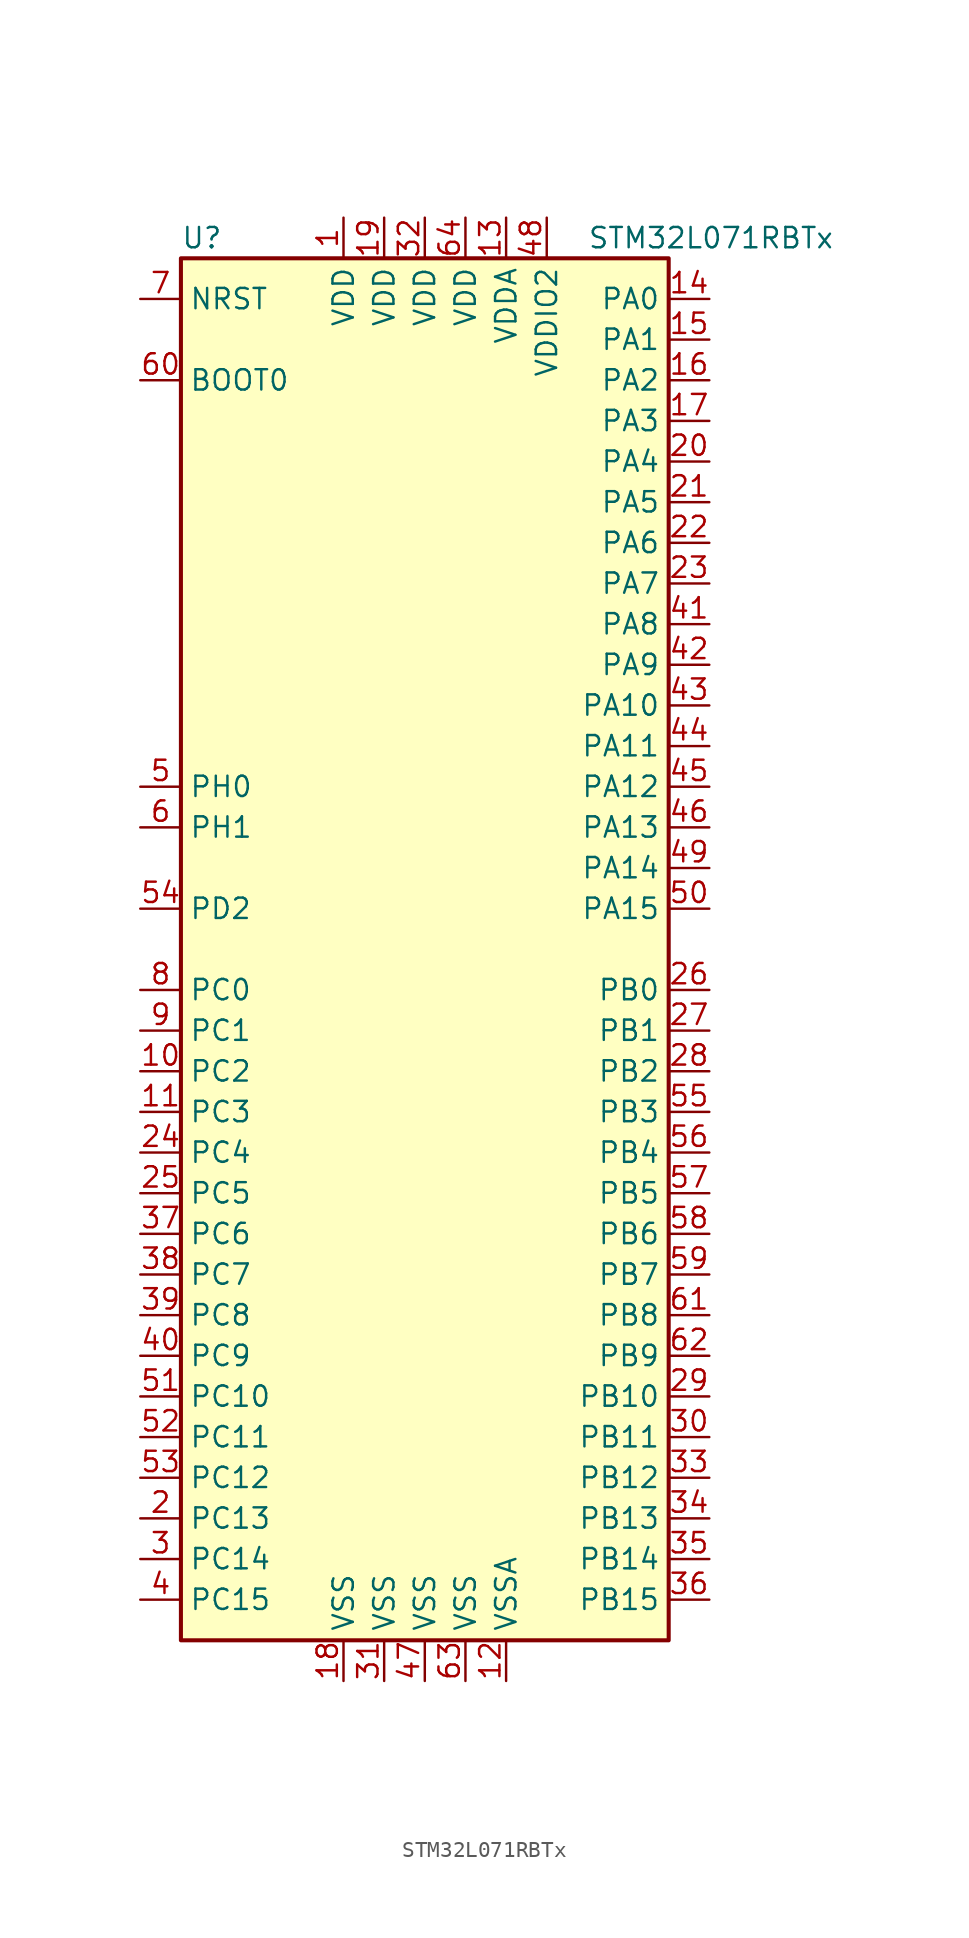
<source format=kicad_sym>
(kicad_symbol_lib
  (version 20201005)
  (generator kicad_symbol_editor)
  (symbol "STM32L071RBTx"
    (property "Reference" "U"
      (at -15.24 44.45 0)
      (effects (font (size 1.27 1.27)) (justify left)))
    (property "Value" "STM32L071RBTx"
      (at 10.16 44.45 0)
      (effects (font (size 1.27 1.27)) (justify left)))
    (symbol "STM32L071RBTx_0_1"
      (rectangle (start -15.24 -43.18) (end 15.24 43.18) (stroke (width 0.254)) (fill (type background))))
    (symbol "STM32L071RBTx_1_1"
      (pin power_in line (at -5.08 45.72 270) (length 2.54) (name "VDD" (effects (font (size 1.27 1.27)))) (number "1" (effects (font (size 1.27 1.27)))))
      (pin bidirectional line (at -17.78 -7.62 0) (length 2.54) (name "PC2" (effects (font (size 1.27 1.27)))) (number "10" (effects (font (size 1.27 1.27)))))
      (pin bidirectional line (at -17.78 -10.16 0) (length 2.54) (name "PC3" (effects (font (size 1.27 1.27)))) (number "11" (effects (font (size 1.27 1.27)))))
      (pin power_in line (at 5.08 -45.72 90) (length 2.54) (name "VSSA" (effects (font (size 1.27 1.27)))) (number "12" (effects (font (size 1.27 1.27)))))
      (pin power_in line (at 5.08 45.72 270) (length 2.54) (name "VDDA" (effects (font (size 1.27 1.27)))) (number "13" (effects (font (size 1.27 1.27)))))
      (pin bidirectional line (at 17.78 40.64 180) (length 2.54) (name "PA0" (effects (font (size 1.27 1.27)))) (number "14" (effects (font (size 1.27 1.27)))))
      (pin bidirectional line (at 17.78 38.1 180) (length 2.54) (name "PA1" (effects (font (size 1.27 1.27)))) (number "15" (effects (font (size 1.27 1.27)))))
      (pin bidirectional line (at 17.78 35.56 180) (length 2.54) (name "PA2" (effects (font (size 1.27 1.27)))) (number "16" (effects (font (size 1.27 1.27)))))
      (pin bidirectional line (at 17.78 33.02 180) (length 2.54) (name "PA3" (effects (font (size 1.27 1.27)))) (number "17" (effects (font (size 1.27 1.27)))))
      (pin power_in line (at -5.08 -45.72 90) (length 2.54) (name "VSS" (effects (font (size 1.27 1.27)))) (number "18" (effects (font (size 1.27 1.27)))))
      (pin power_in line (at -2.54 45.72 270) (length 2.54) (name "VDD" (effects (font (size 1.27 1.27)))) (number "19" (effects (font (size 1.27 1.27)))))
      (pin bidirectional line (at -17.78 -35.56 0) (length 2.54) (name "PC13" (effects (font (size 1.27 1.27)))) (number "2" (effects (font (size 1.27 1.27)))))
      (pin bidirectional line (at 17.78 30.48 180) (length 2.54) (name "PA4" (effects (font (size 1.27 1.27)))) (number "20" (effects (font (size 1.27 1.27)))))
      (pin bidirectional line (at 17.78 27.94 180) (length 2.54) (name "PA5" (effects (font (size 1.27 1.27)))) (number "21" (effects (font (size 1.27 1.27)))))
      (pin bidirectional line (at 17.78 25.4 180) (length 2.54) (name "PA6" (effects (font (size 1.27 1.27)))) (number "22" (effects (font (size 1.27 1.27)))))
      (pin bidirectional line (at 17.78 22.86 180) (length 2.54) (name "PA7" (effects (font (size 1.27 1.27)))) (number "23" (effects (font (size 1.27 1.27)))))
      (pin bidirectional line (at -17.78 -12.7 0) (length 2.54) (name "PC4" (effects (font (size 1.27 1.27)))) (number "24" (effects (font (size 1.27 1.27)))))
      (pin bidirectional line (at -17.78 -15.24 0) (length 2.54) (name "PC5" (effects (font (size 1.27 1.27)))) (number "25" (effects (font (size 1.27 1.27)))))
      (pin bidirectional line (at 17.78 -2.54 180) (length 2.54) (name "PB0" (effects (font (size 1.27 1.27)))) (number "26" (effects (font (size 1.27 1.27)))))
      (pin bidirectional line (at 17.78 -5.08 180) (length 2.54) (name "PB1" (effects (font (size 1.27 1.27)))) (number "27" (effects (font (size 1.27 1.27)))))
      (pin bidirectional line (at 17.78 -7.62 180) (length 2.54) (name "PB2" (effects (font (size 1.27 1.27)))) (number "28" (effects (font (size 1.27 1.27)))))
      (pin bidirectional line (at 17.78 -27.94 180) (length 2.54) (name "PB10" (effects (font (size 1.27 1.27)))) (number "29" (effects (font (size 1.27 1.27)))))
      (pin bidirectional line (at -17.78 -38.1 0) (length 2.54) (name "PC14" (effects (font (size 1.27 1.27)))) (number "3" (effects (font (size 1.27 1.27)))))
      (pin bidirectional line (at 17.78 -30.48 180) (length 2.54) (name "PB11" (effects (font (size 1.27 1.27)))) (number "30" (effects (font (size 1.27 1.27)))))
      (pin power_in line (at -2.54 -45.72 90) (length 2.54) (name "VSS" (effects (font (size 1.27 1.27)))) (number "31" (effects (font (size 1.27 1.27)))))
      (pin power_in line (at 0 45.72 270) (length 2.54) (name "VDD" (effects (font (size 1.27 1.27)))) (number "32" (effects (font (size 1.27 1.27)))))
      (pin bidirectional line (at 17.78 -33.02 180) (length 2.54) (name "PB12" (effects (font (size 1.27 1.27)))) (number "33" (effects (font (size 1.27 1.27)))))
      (pin bidirectional line (at 17.78 -35.56 180) (length 2.54) (name "PB13" (effects (font (size 1.27 1.27)))) (number "34" (effects (font (size 1.27 1.27)))))
      (pin bidirectional line (at 17.78 -38.1 180) (length 2.54) (name "PB14" (effects (font (size 1.27 1.27)))) (number "35" (effects (font (size 1.27 1.27)))))
      (pin bidirectional line (at 17.78 -40.64 180) (length 2.54) (name "PB15" (effects (font (size 1.27 1.27)))) (number "36" (effects (font (size 1.27 1.27)))))
      (pin bidirectional line (at -17.78 -17.78 0) (length 2.54) (name "PC6" (effects (font (size 1.27 1.27)))) (number "37" (effects (font (size 1.27 1.27)))))
      (pin bidirectional line (at -17.78 -20.32 0) (length 2.54) (name "PC7" (effects (font (size 1.27 1.27)))) (number "38" (effects (font (size 1.27 1.27)))))
      (pin bidirectional line (at -17.78 -22.86 0) (length 2.54) (name "PC8" (effects (font (size 1.27 1.27)))) (number "39" (effects (font (size 1.27 1.27)))))
      (pin bidirectional line (at -17.78 -40.64 0) (length 2.54) (name "PC15" (effects (font (size 1.27 1.27)))) (number "4" (effects (font (size 1.27 1.27)))))
      (pin bidirectional line (at -17.78 -25.4 0) (length 2.54) (name "PC9" (effects (font (size 1.27 1.27)))) (number "40" (effects (font (size 1.27 1.27)))))
      (pin bidirectional line (at 17.78 20.32 180) (length 2.54) (name "PA8" (effects (font (size 1.27 1.27)))) (number "41" (effects (font (size 1.27 1.27)))))
      (pin bidirectional line (at 17.78 17.78 180) (length 2.54) (name "PA9" (effects (font (size 1.27 1.27)))) (number "42" (effects (font (size 1.27 1.27)))))
      (pin bidirectional line (at 17.78 15.24 180) (length 2.54) (name "PA10" (effects (font (size 1.27 1.27)))) (number "43" (effects (font (size 1.27 1.27)))))
      (pin bidirectional line (at 17.78 12.7 180) (length 2.54) (name "PA11" (effects (font (size 1.27 1.27)))) (number "44" (effects (font (size 1.27 1.27)))))
      (pin bidirectional line (at 17.78 10.16 180) (length 2.54) (name "PA12" (effects (font (size 1.27 1.27)))) (number "45" (effects (font (size 1.27 1.27)))))
      (pin bidirectional line (at 17.78 7.62 180) (length 2.54) (name "PA13" (effects (font (size 1.27 1.27)))) (number "46" (effects (font (size 1.27 1.27)))))
      (pin power_in line (at 0 -45.72 90) (length 2.54) (name "VSS" (effects (font (size 1.27 1.27)))) (number "47" (effects (font (size 1.27 1.27)))))
      (pin power_in line (at 7.62 45.72 270) (length 2.54) (name "VDDIO2" (effects (font (size 1.27 1.27)))) (number "48" (effects (font (size 1.27 1.27)))))
      (pin bidirectional line (at 17.78 5.08 180) (length 2.54) (name "PA14" (effects (font (size 1.27 1.27)))) (number "49" (effects (font (size 1.27 1.27)))))
      (pin input line (at -17.78 10.16 0) (length 2.54) (name "PH0" (effects (font (size 1.27 1.27)))) (number "5" (effects (font (size 1.27 1.27)))))
      (pin bidirectional line (at 17.78 2.54 180) (length 2.54) (name "PA15" (effects (font (size 1.27 1.27)))) (number "50" (effects (font (size 1.27 1.27)))))
      (pin bidirectional line (at -17.78 -27.94 0) (length 2.54) (name "PC10" (effects (font (size 1.27 1.27)))) (number "51" (effects (font (size 1.27 1.27)))))
      (pin bidirectional line (at -17.78 -30.48 0) (length 2.54) (name "PC11" (effects (font (size 1.27 1.27)))) (number "52" (effects (font (size 1.27 1.27)))))
      (pin bidirectional line (at -17.78 -33.02 0) (length 2.54) (name "PC12" (effects (font (size 1.27 1.27)))) (number "53" (effects (font (size 1.27 1.27)))))
      (pin bidirectional line (at -17.78 2.54 0) (length 2.54) (name "PD2" (effects (font (size 1.27 1.27)))) (number "54" (effects (font (size 1.27 1.27)))))
      (pin bidirectional line (at 17.78 -10.16 180) (length 2.54) (name "PB3" (effects (font (size 1.27 1.27)))) (number "55" (effects (font (size 1.27 1.27)))))
      (pin bidirectional line (at 17.78 -12.7 180) (length 2.54) (name "PB4" (effects (font (size 1.27 1.27)))) (number "56" (effects (font (size 1.27 1.27)))))
      (pin bidirectional line (at 17.78 -15.24 180) (length 2.54) (name "PB5" (effects (font (size 1.27 1.27)))) (number "57" (effects (font (size 1.27 1.27)))))
      (pin bidirectional line (at 17.78 -17.78 180) (length 2.54) (name "PB6" (effects (font (size 1.27 1.27)))) (number "58" (effects (font (size 1.27 1.27)))))
      (pin bidirectional line (at 17.78 -20.32 180) (length 2.54) (name "PB7" (effects (font (size 1.27 1.27)))) (number "59" (effects (font (size 1.27 1.27)))))
      (pin input line (at -17.78 7.62 0) (length 2.54) (name "PH1" (effects (font (size 1.27 1.27)))) (number "6" (effects (font (size 1.27 1.27)))))
      (pin input line (at -17.78 35.56 0) (length 2.54) (name "BOOT0" (effects (font (size 1.27 1.27)))) (number "60" (effects (font (size 1.27 1.27)))))
      (pin bidirectional line (at 17.78 -22.86 180) (length 2.54) (name "PB8" (effects (font (size 1.27 1.27)))) (number "61" (effects (font (size 1.27 1.27)))))
      (pin bidirectional line (at 17.78 -25.4 180) (length 2.54) (name "PB9" (effects (font (size 1.27 1.27)))) (number "62" (effects (font (size 1.27 1.27)))))
      (pin power_in line (at 2.54 -45.72 90) (length 2.54) (name "VSS" (effects (font (size 1.27 1.27)))) (number "63" (effects (font (size 1.27 1.27)))))
      (pin power_in line (at 2.54 45.72 270) (length 2.54) (name "VDD" (effects (font (size 1.27 1.27)))) (number "64" (effects (font (size 1.27 1.27)))))
      (pin input line (at -17.78 40.64 0) (length 2.54) (name "NRST" (effects (font (size 1.27 1.27)))) (number "7" (effects (font (size 1.27 1.27)))))
      (pin bidirectional line (at -17.78 -2.54 0) (length 2.54) (name "PC0" (effects (font (size 1.27 1.27)))) (number "8" (effects (font (size 1.27 1.27)))))
      (pin bidirectional line (at -17.78 -5.08 0) (length 2.54) (name "PC1" (effects (font (size 1.27 1.27)))) (number "9" (effects (font (size 1.27 1.27))))))))
</source>
